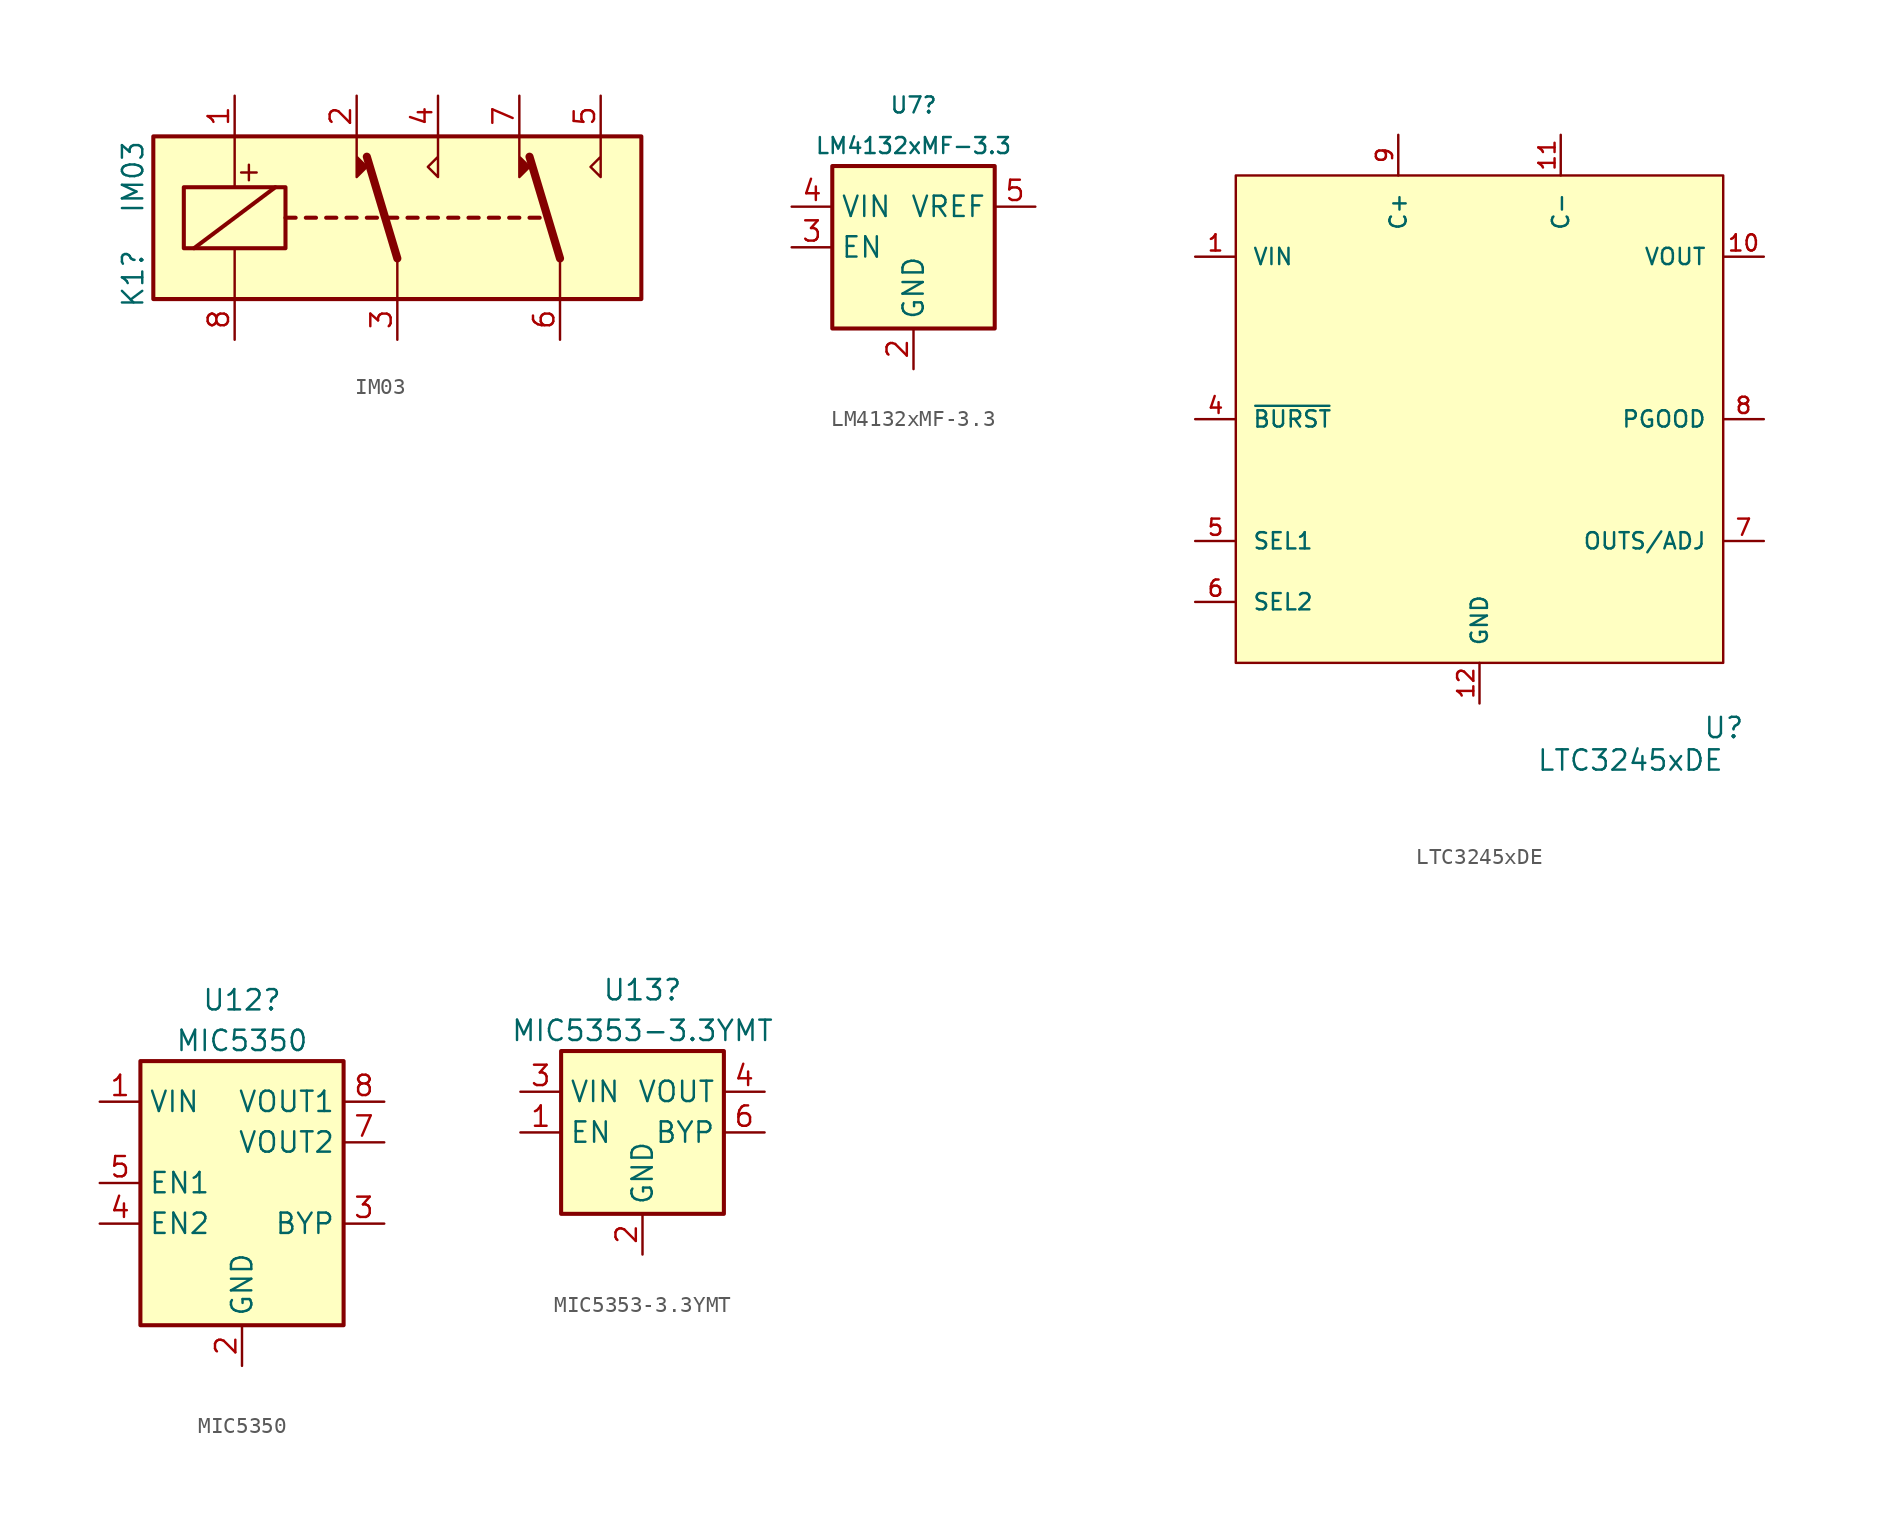
<source format=kicad_sym>
(kicad_symbol_lib
  (version 20231120)
  (generator "kicad_symbol_editor")
  (generator_version "8.0")
  (symbol "IM03"
    (property "Reference" "K1"
      (at -16.51 -3.81 90)
      (effects (font (size 1.27 1.27))))
    (property "Value" "IM03"
      (at -16.51 2.54 90)
      (effects (font (size 1.27 1.27))))
    (symbol "IM03_0_0"
      (text "+" (at -9.271 2.921 0) (effects (font (size 1.27 1.27)))))
    (symbol "IM03_0_1"
      (rectangle (start -15.24 5.08) (end 15.24 -5.08) (stroke (width 0.254) (type default)) (fill (type background)))
      (rectangle (start -13.335 1.905) (end -6.985 -1.905) (stroke (width 0.254) (type default)) (fill (type none)))
      (polyline (pts (xy -12.7 -1.905) (xy -7.62 1.905)) (stroke (width 0.254) (type default)) (fill (type none)))
      (polyline (pts (xy -10.16 -5.08) (xy -10.16 -1.905)) (stroke (width 0) (type default)) (fill (type none)))
      (polyline (pts (xy -10.16 5.08) (xy -10.16 1.905)) (stroke (width 0) (type default)) (fill (type none)))
      (polyline (pts (xy -6.985 0) (xy -6.35 0)) (stroke (width 0.254) (type default)) (fill (type none)))
      (polyline (pts (xy -5.715 0) (xy -5.08 0)) (stroke (width 0.254) (type default)) (fill (type none)))
      (polyline (pts (xy -4.445 0) (xy -3.81 0)) (stroke (width 0.254) (type default)) (fill (type none)))
      (polyline (pts (xy -3.175 0) (xy -2.54 0)) (stroke (width 0.254) (type default)) (fill (type none)))
      (polyline (pts (xy -1.905 0) (xy -1.27 0)) (stroke (width 0.254) (type default)) (fill (type none)))
      (polyline (pts (xy -0.635 0) (xy 0 0)) (stroke (width 0.254) (type default)) (fill (type none)))
      (polyline (pts (xy 0 -2.54) (xy -1.905 3.81)) (stroke (width 0.508) (type default)) (fill (type none)))
      (polyline (pts (xy 0 -2.54) (xy 0 -5.08)) (stroke (width 0) (type default)) (fill (type none)))
      (polyline (pts (xy 0.635 0) (xy 1.27 0)) (stroke (width 0.254) (type default)) (fill (type none)))
      (polyline (pts (xy 1.905 0) (xy 2.54 0)) (stroke (width 0.254) (type default)) (fill (type none)))
      (polyline (pts (xy 3.175 0) (xy 3.81 0)) (stroke (width 0.254) (type default)) (fill (type none)))
      (polyline (pts (xy 4.445 0) (xy 5.08 0)) (stroke (width 0.254) (type default)) (fill (type none)))
      (polyline (pts (xy 5.715 0) (xy 6.35 0)) (stroke (width 0.254) (type default)) (fill (type none)))
      (polyline (pts (xy 6.985 0) (xy 7.62 0)) (stroke (width 0.254) (type default)) (fill (type none)))
      (polyline (pts (xy 8.255 0) (xy 8.89 0)) (stroke (width 0.254) (type default)) (fill (type none)))
      (polyline (pts (xy 10.16 -2.54) (xy 8.255 3.81)) (stroke (width 0.508) (type default)) (fill (type none)))
      (polyline (pts (xy 10.16 -2.54) (xy 10.16 -5.08)) (stroke (width 0) (type default)) (fill (type none)))
      (polyline (pts (xy -2.54 5.08) (xy -2.54 2.54) (xy -1.905 3.175) (xy -2.54 3.81)) (stroke (width 0) (type default)) (fill (type outline)))
      (polyline (pts (xy 2.54 5.08) (xy 2.54 2.54) (xy 1.905 3.175) (xy 2.54 3.81)) (stroke (width 0) (type default)) (fill (type none)))
      (polyline (pts (xy 7.62 5.08) (xy 7.62 2.54) (xy 8.255 3.175) (xy 7.62 3.81)) (stroke (width 0) (type default)) (fill (type outline)))
      (polyline (pts (xy 12.7 5.08) (xy 12.7 2.54) (xy 12.065 3.175) (xy 12.7 3.81)) (stroke (width 0) (type default)) (fill (type none))))
    (symbol "IM03_1_1"
      (pin passive line (at -10.16 7.62 270) (length 2.54) (name "~" (effects (font (size 1.27 1.27)))) (number "1" (effects (font (size 1.27 1.27)))))
      (pin passive line (at -2.54 7.62 270) (length 2.54) (name "~" (effects (font (size 1.27 1.27)))) (number "2" (effects (font (size 1.27 1.27)))))
      (pin passive line (at 0 -7.62 90) (length 2.54) (name "~" (effects (font (size 1.27 1.27)))) (number "3" (effects (font (size 1.27 1.27)))))
      (pin passive line (at 2.54 7.62 270) (length 2.54) (name "~" (effects (font (size 1.27 1.27)))) (number "4" (effects (font (size 1.27 1.27)))))
      (pin passive line (at 12.7 7.62 270) (length 2.54) (name "~" (effects (font (size 1.27 1.27)))) (number "5" (effects (font (size 1.27 1.27)))))
      (pin passive line (at 10.16 -7.62 90) (length 2.54) (name "~" (effects (font (size 1.27 1.27)))) (number "6" (effects (font (size 1.27 1.27)))))
      (pin passive line (at 7.62 7.62 270) (length 2.54) (name "~" (effects (font (size 1.27 1.27)))) (number "7" (effects (font (size 1.27 1.27)))))
      (pin passive line (at -10.16 -7.62 90) (length 2.54) (name "~" (effects (font (size 1.27 1.27)))) (number "8" (effects (font (size 1.27 1.27)))))))
  (symbol "LM4132xMF-3.3"
    (property "Reference" "U7"
      (at 0 8.89 0)
      (effects (font (size 1 1))))
    (property "Value" "LM4132xMF-3.3"
      (at 0 6.35 0)
      (effects (font (size 1 1))))
    (symbol "LM4132xMF-3.3_0_1"
      (rectangle (start -5.08 5.08) (end 5.08 -5.08) (stroke (width 0.254) (type default)) (fill (type background))))
    (symbol "LM4132xMF-3.3_1_1"
      (pin no_connect line (at 5.08 0 180) (length 2.54) hide (name "NC" (effects (font (size 1.27 1.27)))) (number "1" (effects (font (size 1.27 1.27)))))
      (pin power_in line (at 0 -7.62 90) (length 2.54) (name "GND" (effects (font (size 1.27 1.27)))) (number "2" (effects (font (size 1.27 1.27)))))
      (pin input line (at -7.62 0 0) (length 2.54) (name "EN" (effects (font (size 1.27 1.27)))) (number "3" (effects (font (size 1.27 1.27)))))
      (pin power_in line (at -7.62 2.54 0) (length 2.54) (name "VIN" (effects (font (size 1.27 1.27)))) (number "4" (effects (font (size 1.27 1.27)))))
      (pin power_out line (at 7.62 2.54 180) (length 2.54) (name "VREF" (effects (font (size 1.27 1.27)))) (number "5" (effects (font (size 1.27 1.27)))))))
  (symbol "LTC3245xDE"
    (pin_names
      (offset 1.016))
    (property "Reference" "U"
      (at 13.97 -19.304 0)
      (effects (font (size 1.27 1.27)) (justify left)))
    (property "Value" "LTC3245xDE"
      (at 3.556 -21.336 0)
      (effects (font (size 1.27 1.27)) (justify left)))
    (symbol "LTC3245xDE_0_0"
      (rectangle (start -15.24 15.24) (end 15.24 -15.24) (stroke (width 0.152) (type default)) (fill (type background)))
      (pin input line (at -17.78 10.16 0) (length 2.54) (name "VIN" (effects (font (size 1.016 1.016)))) (number "1" (effects (font (size 1.016 1.016)))))
      (pin output line (at 17.78 10.16 180) (length 2.54) (name "VOUT" (effects (font (size 1.016 1.016)))) (number "10" (effects (font (size 1.016 1.016)))))
      (pin passive line (at 5.08 17.78 270) (length 2.54) (name "C-" (effects (font (size 1.016 1.016)))) (number "11" (effects (font (size 1.016 1.016)))))
      (pin power_in line (at 0 -17.78 90) (length 2.54) (name "GND" (effects (font (size 1.016 1.016)))) (number "12" (effects (font (size 1.016 1.016)))))
      (pin input line (at -17.78 0 0) (length 2.54) (name "~{BURST}" (effects (font (size 1.016 1.016)))) (number "4" (effects (font (size 1.016 1.016)))))
      (pin input line (at -17.78 -7.62 0) (length 2.54) (name "SEL1" (effects (font (size 1.016 1.016)))) (number "5" (effects (font (size 1.016 1.016)))))
      (pin input line (at -17.78 -11.43 0) (length 2.54) (name "SEL2" (effects (font (size 1.016 1.016)))) (number "6" (effects (font (size 1.016 1.016)))))
      (pin passive line (at -5.08 17.78 270) (length 2.54) (name "C+" (effects (font (size 1.016 1.016)))) (number "9" (effects (font (size 1.016 1.016))))))
    (symbol "LTC3245xDE_1_0"
      (pin passive line (at 0 -17.78 90) (length 2.54) hide (name "EP" (effects (font (size 1.016 1.016)))) (number "13" (effects (font (size 1.016 1.016)))))
      (pin input line (at -17.78 10.16 0) (length 2.54) hide (name "VIN" (effects (font (size 1.016 1.016)))) (number "2" (effects (font (size 1.016 1.016)))))
      (pin input line (at -17.78 10.16 0) (length 2.54) hide (name "VIN" (effects (font (size 1.016 1.016)))) (number "3" (effects (font (size 1.016 1.016)))))
      (pin input line (at 17.78 -7.62 180) (length 2.54) (name "OUTS/ADJ" (effects (font (size 1.016 1.016)))) (number "7" (effects (font (size 1.016 1.016)))))
      (pin output line (at 17.78 0 180) (length 2.54) (name "PGOOD" (effects (font (size 1.016 1.016)))) (number "8" (effects (font (size 1.016 1.016)))))))
  (symbol "MIC5350"
    (property "Reference" "U12"
      (at 0 8.89 0)
      (effects (font (size 1.27 1.27))))
    (property "Value" "MIC5350"
      (at 0 6.35 0)
      (effects (font (size 1.27 1.27))))
    (symbol "MIC5350_0_1"
      (rectangle (start -6.35 5.08) (end 6.35 -11.43) (stroke (width 0.254) (type default)) (fill (type background)))
      (pin power_in line (at 0 -13.97 90) (length 2.54) (name "GND" (effects (font (size 1.27 1.27)))) (number "2" (effects (font (size 1.27 1.27)))))
      (pin passive line (at 0 -13.97 90) (length 2.54) hide (name "GND" (effects (font (size 1.27 1.27)))) (number "7" (effects (font (size 1.27 1.27))))))
    (symbol "MIC5350_1_1"
      (pin power_in line (at -8.89 2.54 0) (length 2.54) (name "VIN" (effects (font (size 1.27 1.27)))) (number "1" (effects (font (size 1.27 1.27)))))
      (pin passive line (at 8.89 -5.08 180) (length 2.54) (name "BYP" (effects (font (size 1.27 1.27)))) (number "3" (effects (font (size 1.27 1.27)))))
      (pin input line (at -8.89 -5.08 0) (length 2.54) (name "EN2" (effects (font (size 1.27 1.27)))) (number "4" (effects (font (size 1.27 1.27)))))
      (pin input line (at -8.89 -2.54 0) (length 2.54) (name "EN1" (effects (font (size 1.27 1.27)))) (number "5" (effects (font (size 1.27 1.27)))))
      (pin no_connect line (at 6.35 -2.54 180) (length 2.54) hide (name "NC" (effects (font (size 1.27 1.27)))) (number "6" (effects (font (size 1.27 1.27)))))
      (pin power_out line (at 8.89 0 180) (length 2.54) (name "VOUT2" (effects (font (size 1.27 1.27)))) (number "7" (effects (font (size 1.27 1.27)))))
      (pin power_out line (at 8.89 2.54 180) (length 2.54) (name "VOUT1" (effects (font (size 1.27 1.27)))) (number "8" (effects (font (size 1.27 1.27)))))
      (pin passive line (at 0 -13.97 90) (length 2.54) hide (name "EPAD" (effects (font (size 1.27 1.27)))) (number "9" (effects (font (size 1.27 1.27)))))))
  (symbol "MIC5353-3.3YMT"
    (property "Reference" "U13"
      (at 0 8.89 0)
      (effects (font (size 1.27 1.27))))
    (property "Value" "MIC5353-3.3YMT"
      (at 0 6.35 0)
      (effects (font (size 1.27 1.27))))
    (symbol "MIC5353-3.3YMT_0_1"
      (rectangle (start -5.08 -5.08) (end 5.08 5.08) (stroke (width 0.254) (type default)) (fill (type background)))
      (pin input line (at -7.62 0 0) (length 2.54) (name "EN" (effects (font (size 1.27 1.27)))) (number "1" (effects (font (size 1.27 1.27)))))
      (pin power_in line (at 0 -7.62 90) (length 2.54) (name "GND" (effects (font (size 1.27 1.27)))) (number "2" (effects (font (size 1.27 1.27)))))
      (pin power_in line (at -7.62 2.54 0) (length 2.54) (name "VIN" (effects (font (size 1.27 1.27)))) (number "3" (effects (font (size 1.27 1.27)))))
      (pin power_out line (at 7.62 2.54 180) (length 2.54) (name "VOUT" (effects (font (size 1.27 1.27)))) (number "4" (effects (font (size 1.27 1.27)))))
      (pin no_connect line (at 5.08 -2.54 180) (length 2.54) hide (name "NC" (effects (font (size 1.27 1.27)))) (number "5" (effects (font (size 1.27 1.27)))))
      (pin passive line (at 7.62 0 180) (length 2.54) (name "BYP" (effects (font (size 1.27 1.27)))) (number "6" (effects (font (size 1.27 1.27)))))
      (pin passive line (at 0 -7.62 90) (length 2.54) hide (name "GND" (effects (font (size 1.27 1.27)))) (number "7" (effects (font (size 1.27 1.27))))))))
</source>
